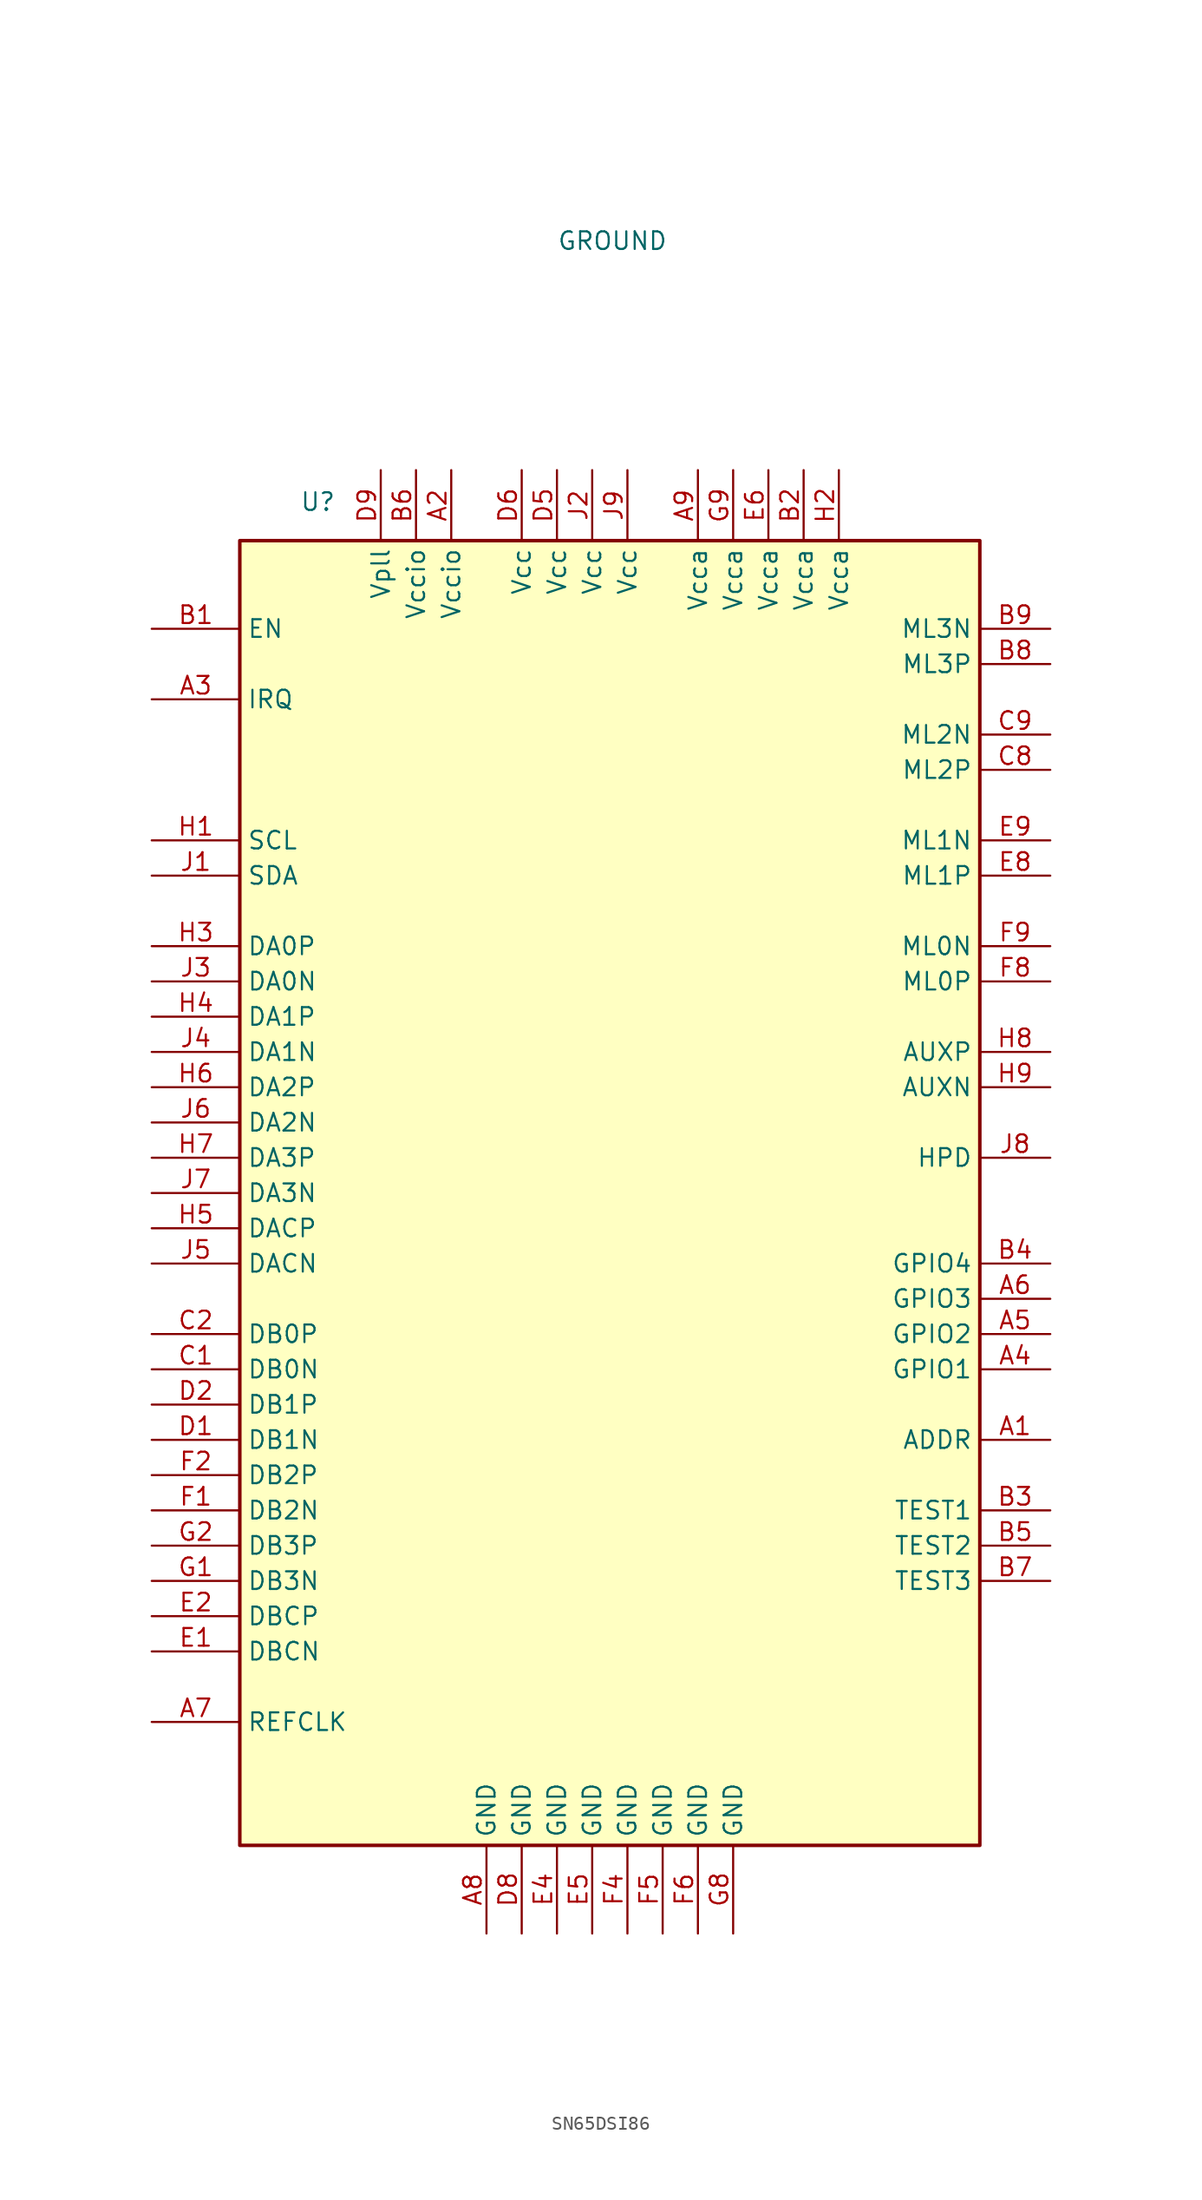
<source format=kicad_sym>
(kicad_symbol_lib
  (version 20231120)
  (generator "kicad_symbol_editor")
  (generator_version "8.0")
  (symbol "SN65DSI86"
    (property "Reference" "U"
      (at -22.352 49.784 0)
      (effects (font (size 1.27 1.27)) (justify left)))
    (property "Value" "GROUND"
      (at -3.81 68.58 0)
      (effects (font (size 1.27 1.27)) (justify left)))
    (property "Sim.Library" ""
      (at 0 0 0)
      (effects (font (size 1.27 1.27))))
    (symbol "SN65DSI86_0_1"
      (rectangle (start -26.67 46.99) (end 26.67 -46.99) (stroke (width 0.254) (type default)) (fill (type background))))
    (symbol "SN65DSI86_1_1"
      (pin input line (at 31.75 -17.78 180) (length 5.08) (name "ADDR" (effects (font (size 1.27 1.27)))) (number "A1" (effects (font (size 1.27 1.27)))) (alternate "ADC4_IN9" bidirectional line) (alternate "LPTIM1_IN1" bidirectional line) (alternate "LPUART1_CTS" bidirectional line) (alternate "PWR_WKUP1" bidirectional line) (alternate "SPI3_SCK" bidirectional line) (alternate "TIM1_CH2N" bidirectional line) (alternate "TIM3_CH3" bidirectional line) (alternate "TIM3_ETR" bidirectional line) (alternate "TSC_G2_IO2" bidirectional line))
      (pin input line (at -11.43 52.07 270) (length 5.08) (name "Vccio" (effects (font (size 1.27 1.27)))) (number "A2" (effects (font (size 1.27 1.27)))) (alternate "ADC4_IN9" bidirectional line) (alternate "LPTIM1_IN1" bidirectional line) (alternate "LPUART1_CTS" bidirectional line) (alternate "PWR_WKUP1" bidirectional line) (alternate "SPI3_SCK" bidirectional line) (alternate "TIM1_CH2N" bidirectional line) (alternate "TIM3_CH3" bidirectional line) (alternate "TIM3_ETR" bidirectional line) (alternate "TSC_G2_IO2" bidirectional line))
      (pin passive line (at -33.02 35.56 0) (length 6.35) (name "IRQ" (effects (font (size 1.27 1.27)))) (number "A3" (effects (font (size 1.27 1.27)))))
      (pin free line (at 31.75 -12.7 180) (length 5.08) (name "GPIO1" (effects (font (size 1.27 1.27)))) (number "A4" (effects (font (size 1.27 1.27)))) (alternate "ADC4_IN9" bidirectional line) (alternate "LPTIM1_IN1" bidirectional line) (alternate "LPUART1_CTS" bidirectional line) (alternate "PWR_WKUP1" bidirectional line) (alternate "SPI3_SCK" bidirectional line) (alternate "TIM1_CH2N" bidirectional line) (alternate "TIM3_CH3" bidirectional line) (alternate "TIM3_ETR" bidirectional line) (alternate "TSC_G2_IO2" bidirectional line))
      (pin free line (at 31.75 -10.16 180) (length 5.08) (name "GPIO2" (effects (font (size 1.27 1.27)))) (number "A5" (effects (font (size 1.27 1.27)))) (alternate "ADC4_IN9" bidirectional line) (alternate "LPTIM1_IN1" bidirectional line) (alternate "LPUART1_CTS" bidirectional line) (alternate "PWR_WKUP1" bidirectional line) (alternate "SPI3_SCK" bidirectional line) (alternate "TIM1_CH2N" bidirectional line) (alternate "TIM3_CH3" bidirectional line) (alternate "TIM3_ETR" bidirectional line) (alternate "TSC_G2_IO2" bidirectional line))
      (pin free line (at 31.75 -7.62 180) (length 5.08) (name "GPIO3" (effects (font (size 1.27 1.27)))) (number "A6" (effects (font (size 1.27 1.27)))) (alternate "ADC4_IN9" bidirectional line) (alternate "LPTIM1_IN1" bidirectional line) (alternate "LPUART1_CTS" bidirectional line) (alternate "PWR_WKUP1" bidirectional line) (alternate "SPI3_SCK" bidirectional line) (alternate "TIM1_CH2N" bidirectional line) (alternate "TIM3_CH3" bidirectional line) (alternate "TIM3_ETR" bidirectional line) (alternate "TSC_G2_IO2" bidirectional line))
      (pin input line (at -33.02 -38.1 0) (length 6.35) (name "REFCLK" (effects (font (size 1.27 1.27)))) (number "A7" (effects (font (size 1.27 1.27)))))
      (pin passive line (at -8.89 -53.34 90) (length 6.35) (name "GND" (effects (font (size 1.27 1.27)))) (number "A8" (effects (font (size 1.27 1.27)))))
      (pin input line (at 6.35 52.07 270) (length 5.08) (name "Vcca" (effects (font (size 1.27 1.27)))) (number "A9" (effects (font (size 1.27 1.27)))) (alternate "ADC4_IN9" bidirectional line) (alternate "LPTIM1_IN1" bidirectional line) (alternate "LPUART1_CTS" bidirectional line) (alternate "PWR_WKUP1" bidirectional line) (alternate "SPI3_SCK" bidirectional line) (alternate "TIM1_CH2N" bidirectional line) (alternate "TIM3_CH3" bidirectional line) (alternate "TIM3_ETR" bidirectional line) (alternate "TSC_G2_IO2" bidirectional line))
      (pin input line (at -33.02 40.64 0) (length 6.35) (name "EN" (effects (font (size 1.27 1.27)))) (number "B1" (effects (font (size 1.27 1.27)))))
      (pin input line (at 13.97 52.07 270) (length 5.08) (name "Vcca" (effects (font (size 1.27 1.27)))) (number "B2" (effects (font (size 1.27 1.27)))) (alternate "ADC4_IN9" bidirectional line) (alternate "LPTIM1_IN1" bidirectional line) (alternate "LPUART1_CTS" bidirectional line) (alternate "PWR_WKUP1" bidirectional line) (alternate "SPI3_SCK" bidirectional line) (alternate "TIM1_CH2N" bidirectional line) (alternate "TIM3_CH3" bidirectional line) (alternate "TIM3_ETR" bidirectional line) (alternate "TSC_G2_IO2" bidirectional line))
      (pin free line (at 31.75 -22.86 180) (length 5.08) (name "TEST1" (effects (font (size 1.27 1.27)))) (number "B3" (effects (font (size 1.27 1.27)))) (alternate "ADC4_IN9" bidirectional line) (alternate "LPTIM1_IN1" bidirectional line) (alternate "LPUART1_CTS" bidirectional line) (alternate "PWR_WKUP1" bidirectional line) (alternate "SPI3_SCK" bidirectional line) (alternate "TIM1_CH2N" bidirectional line) (alternate "TIM3_CH3" bidirectional line) (alternate "TIM3_ETR" bidirectional line) (alternate "TSC_G2_IO2" bidirectional line))
      (pin free line (at 31.75 -5.08 180) (length 5.08) (name "GPIO4" (effects (font (size 1.27 1.27)))) (number "B4" (effects (font (size 1.27 1.27)))) (alternate "ADC4_IN9" bidirectional line) (alternate "LPTIM1_IN1" bidirectional line) (alternate "LPUART1_CTS" bidirectional line) (alternate "PWR_WKUP1" bidirectional line) (alternate "SPI3_SCK" bidirectional line) (alternate "TIM1_CH2N" bidirectional line) (alternate "TIM3_CH3" bidirectional line) (alternate "TIM3_ETR" bidirectional line) (alternate "TSC_G2_IO2" bidirectional line))
      (pin free line (at 31.75 -25.4 180) (length 5.08) (name "TEST2" (effects (font (size 1.27 1.27)))) (number "B5" (effects (font (size 1.27 1.27)))) (alternate "ADC4_IN9" bidirectional line) (alternate "LPTIM1_IN1" bidirectional line) (alternate "LPUART1_CTS" bidirectional line) (alternate "PWR_WKUP1" bidirectional line) (alternate "SPI3_SCK" bidirectional line) (alternate "TIM1_CH2N" bidirectional line) (alternate "TIM3_CH3" bidirectional line) (alternate "TIM3_ETR" bidirectional line) (alternate "TSC_G2_IO2" bidirectional line))
      (pin input line (at -13.97 52.07 270) (length 5.08) (name "Vccio" (effects (font (size 1.27 1.27)))) (number "B6" (effects (font (size 1.27 1.27)))) (alternate "ADC4_IN9" bidirectional line) (alternate "LPTIM1_IN1" bidirectional line) (alternate "LPUART1_CTS" bidirectional line) (alternate "PWR_WKUP1" bidirectional line) (alternate "SPI3_SCK" bidirectional line) (alternate "TIM1_CH2N" bidirectional line) (alternate "TIM3_CH3" bidirectional line) (alternate "TIM3_ETR" bidirectional line) (alternate "TSC_G2_IO2" bidirectional line))
      (pin free line (at 31.75 -27.94 180) (length 5.08) (name "TEST3" (effects (font (size 1.27 1.27)))) (number "B7" (effects (font (size 1.27 1.27)))) (alternate "ADC4_IN9" bidirectional line) (alternate "LPTIM1_IN1" bidirectional line) (alternate "LPUART1_CTS" bidirectional line) (alternate "PWR_WKUP1" bidirectional line) (alternate "SPI3_SCK" bidirectional line) (alternate "TIM1_CH2N" bidirectional line) (alternate "TIM3_CH3" bidirectional line) (alternate "TIM3_ETR" bidirectional line) (alternate "TSC_G2_IO2" bidirectional line))
      (pin output line (at 31.75 38.1 180) (length 5.08) (name "ML3P" (effects (font (size 1.27 1.27)))) (number "B8" (effects (font (size 1.27 1.27)))) (alternate "ADC4_IN9" bidirectional line) (alternate "LPTIM1_IN1" bidirectional line) (alternate "LPUART1_CTS" bidirectional line) (alternate "PWR_WKUP1" bidirectional line) (alternate "SPI3_SCK" bidirectional line) (alternate "TIM1_CH2N" bidirectional line) (alternate "TIM3_CH3" bidirectional line) (alternate "TIM3_ETR" bidirectional line) (alternate "TSC_G2_IO2" bidirectional line))
      (pin output line (at 31.75 40.64 180) (length 5.08) (name "ML3N" (effects (font (size 1.27 1.27)))) (number "B9" (effects (font (size 1.27 1.27)))) (alternate "ADC4_IN9" bidirectional line) (alternate "LPTIM1_IN1" bidirectional line) (alternate "LPUART1_CTS" bidirectional line) (alternate "PWR_WKUP1" bidirectional line) (alternate "SPI3_SCK" bidirectional line) (alternate "TIM1_CH2N" bidirectional line) (alternate "TIM3_CH3" bidirectional line) (alternate "TIM3_ETR" bidirectional line) (alternate "TSC_G2_IO2" bidirectional line))
      (pin input line (at -33.02 -12.7 0) (length 6.35) (name "DB0N" (effects (font (size 1.27 1.27)))) (number "C1" (effects (font (size 1.27 1.27)))))
      (pin input line (at -33.02 -10.16 0) (length 6.35) (name "DB0P" (effects (font (size 1.27 1.27)))) (number "C2" (effects (font (size 1.27 1.27)))))
      (pin output line (at 31.75 30.48 180) (length 5.08) (name "ML2P" (effects (font (size 1.27 1.27)))) (number "C8" (effects (font (size 1.27 1.27)))) (alternate "ADC4_IN9" bidirectional line) (alternate "LPTIM1_IN1" bidirectional line) (alternate "LPUART1_CTS" bidirectional line) (alternate "PWR_WKUP1" bidirectional line) (alternate "SPI3_SCK" bidirectional line) (alternate "TIM1_CH2N" bidirectional line) (alternate "TIM3_CH3" bidirectional line) (alternate "TIM3_ETR" bidirectional line) (alternate "TSC_G2_IO2" bidirectional line))
      (pin output line (at 31.75 33.02 180) (length 5.08) (name "ML2N" (effects (font (size 1.27 1.27)))) (number "C9" (effects (font (size 1.27 1.27)))) (alternate "ADC4_IN9" bidirectional line) (alternate "LPTIM1_IN1" bidirectional line) (alternate "LPUART1_CTS" bidirectional line) (alternate "PWR_WKUP1" bidirectional line) (alternate "SPI3_SCK" bidirectional line) (alternate "TIM1_CH2N" bidirectional line) (alternate "TIM3_CH3" bidirectional line) (alternate "TIM3_ETR" bidirectional line) (alternate "TSC_G2_IO2" bidirectional line))
      (pin input line (at -33.02 -17.78 0) (length 6.35) (name "DB1N" (effects (font (size 1.27 1.27)))) (number "D1" (effects (font (size 1.27 1.27)))))
      (pin input line (at -33.02 -15.24 0) (length 6.35) (name "DB1P" (effects (font (size 1.27 1.27)))) (number "D2" (effects (font (size 1.27 1.27)))))
      (pin input line (at -3.81 52.07 270) (length 5.08) (name "Vcc" (effects (font (size 1.27 1.27)))) (number "D5" (effects (font (size 1.27 1.27)))) (alternate "ADC4_IN9" bidirectional line) (alternate "LPTIM1_IN1" bidirectional line) (alternate "LPUART1_CTS" bidirectional line) (alternate "PWR_WKUP1" bidirectional line) (alternate "SPI3_SCK" bidirectional line) (alternate "TIM1_CH2N" bidirectional line) (alternate "TIM3_CH3" bidirectional line) (alternate "TIM3_ETR" bidirectional line) (alternate "TSC_G2_IO2" bidirectional line))
      (pin input line (at -6.35 52.07 270) (length 5.08) (name "Vcc" (effects (font (size 1.27 1.27)))) (number "D6" (effects (font (size 1.27 1.27)))) (alternate "ADC4_IN9" bidirectional line) (alternate "LPTIM1_IN1" bidirectional line) (alternate "LPUART1_CTS" bidirectional line) (alternate "PWR_WKUP1" bidirectional line) (alternate "SPI3_SCK" bidirectional line) (alternate "TIM1_CH2N" bidirectional line) (alternate "TIM3_CH3" bidirectional line) (alternate "TIM3_ETR" bidirectional line) (alternate "TSC_G2_IO2" bidirectional line))
      (pin passive line (at -6.35 -53.34 90) (length 6.35) (name "GND" (effects (font (size 1.27 1.27)))) (number "D8" (effects (font (size 1.27 1.27)))))
      (pin input line (at -16.51 52.07 270) (length 5.08) (name "Vpll" (effects (font (size 1.27 1.27)))) (number "D9" (effects (font (size 1.27 1.27)))) (alternate "ADC4_IN9" bidirectional line) (alternate "LPTIM1_IN1" bidirectional line) (alternate "LPUART1_CTS" bidirectional line) (alternate "PWR_WKUP1" bidirectional line) (alternate "SPI3_SCK" bidirectional line) (alternate "TIM1_CH2N" bidirectional line) (alternate "TIM3_CH3" bidirectional line) (alternate "TIM3_ETR" bidirectional line) (alternate "TSC_G2_IO2" bidirectional line))
      (pin input line (at -33.02 -33.02 0) (length 6.35) (name "DBCN" (effects (font (size 1.27 1.27)))) (number "E1" (effects (font (size 1.27 1.27)))))
      (pin input line (at -33.02 -30.48 0) (length 6.35) (name "DBCP" (effects (font (size 1.27 1.27)))) (number "E2" (effects (font (size 1.27 1.27)))))
      (pin passive line (at -3.81 -53.34 90) (length 6.35) (name "GND" (effects (font (size 1.27 1.27)))) (number "E4" (effects (font (size 1.27 1.27)))))
      (pin passive line (at -1.27 -53.34 90) (length 6.35) (name "GND" (effects (font (size 1.27 1.27)))) (number "E5" (effects (font (size 1.27 1.27)))))
      (pin input line (at 11.43 52.07 270) (length 5.08) (name "Vcca" (effects (font (size 1.27 1.27)))) (number "E6" (effects (font (size 1.27 1.27)))) (alternate "ADC4_IN9" bidirectional line) (alternate "LPTIM1_IN1" bidirectional line) (alternate "LPUART1_CTS" bidirectional line) (alternate "PWR_WKUP1" bidirectional line) (alternate "SPI3_SCK" bidirectional line) (alternate "TIM1_CH2N" bidirectional line) (alternate "TIM3_CH3" bidirectional line) (alternate "TIM3_ETR" bidirectional line) (alternate "TSC_G2_IO2" bidirectional line))
      (pin output line (at 31.75 22.86 180) (length 5.08) (name "ML1P" (effects (font (size 1.27 1.27)))) (number "E8" (effects (font (size 1.27 1.27)))) (alternate "ADC4_IN9" bidirectional line) (alternate "LPTIM1_IN1" bidirectional line) (alternate "LPUART1_CTS" bidirectional line) (alternate "PWR_WKUP1" bidirectional line) (alternate "SPI3_SCK" bidirectional line) (alternate "TIM1_CH2N" bidirectional line) (alternate "TIM3_CH3" bidirectional line) (alternate "TIM3_ETR" bidirectional line) (alternate "TSC_G2_IO2" bidirectional line))
      (pin output line (at 31.75 25.4 180) (length 5.08) (name "ML1N" (effects (font (size 1.27 1.27)))) (number "E9" (effects (font (size 1.27 1.27)))) (alternate "ADC4_IN9" bidirectional line) (alternate "LPTIM1_IN1" bidirectional line) (alternate "LPUART1_CTS" bidirectional line) (alternate "PWR_WKUP1" bidirectional line) (alternate "SPI3_SCK" bidirectional line) (alternate "TIM1_CH2N" bidirectional line) (alternate "TIM3_CH3" bidirectional line) (alternate "TIM3_ETR" bidirectional line) (alternate "TSC_G2_IO2" bidirectional line))
      (pin input line (at -33.02 -22.86 0) (length 6.35) (name "DB2N" (effects (font (size 1.27 1.27)))) (number "F1" (effects (font (size 1.27 1.27)))))
      (pin input line (at -33.02 -20.32 0) (length 6.35) (name "DB2P" (effects (font (size 1.27 1.27)))) (number "F2" (effects (font (size 1.27 1.27)))))
      (pin passive line (at 1.27 -53.34 90) (length 6.35) (name "GND" (effects (font (size 1.27 1.27)))) (number "F4" (effects (font (size 1.27 1.27)))))
      (pin passive line (at 3.81 -53.34 90) (length 6.35) (name "GND" (effects (font (size 1.27 1.27)))) (number "F5" (effects (font (size 1.27 1.27)))))
      (pin passive line (at 6.35 -53.34 90) (length 6.35) (name "GND" (effects (font (size 1.27 1.27)))) (number "F6" (effects (font (size 1.27 1.27)))))
      (pin output line (at 31.75 15.24 180) (length 5.08) (name "ML0P" (effects (font (size 1.27 1.27)))) (number "F8" (effects (font (size 1.27 1.27)))) (alternate "ADC4_IN9" bidirectional line) (alternate "LPTIM1_IN1" bidirectional line) (alternate "LPUART1_CTS" bidirectional line) (alternate "PWR_WKUP1" bidirectional line) (alternate "SPI3_SCK" bidirectional line) (alternate "TIM1_CH2N" bidirectional line) (alternate "TIM3_CH3" bidirectional line) (alternate "TIM3_ETR" bidirectional line) (alternate "TSC_G2_IO2" bidirectional line))
      (pin output line (at 31.75 17.78 180) (length 5.08) (name "ML0N" (effects (font (size 1.27 1.27)))) (number "F9" (effects (font (size 1.27 1.27)))) (alternate "ADC4_IN9" bidirectional line) (alternate "LPTIM1_IN1" bidirectional line) (alternate "LPUART1_CTS" bidirectional line) (alternate "PWR_WKUP1" bidirectional line) (alternate "SPI3_SCK" bidirectional line) (alternate "TIM1_CH2N" bidirectional line) (alternate "TIM3_CH3" bidirectional line) (alternate "TIM3_ETR" bidirectional line) (alternate "TSC_G2_IO2" bidirectional line))
      (pin input line (at -33.02 -27.94 0) (length 6.35) (name "DB3N" (effects (font (size 1.27 1.27)))) (number "G1" (effects (font (size 1.27 1.27)))))
      (pin input line (at -33.02 -25.4 0) (length 6.35) (name "DB3P" (effects (font (size 1.27 1.27)))) (number "G2" (effects (font (size 1.27 1.27)))))
      (pin passive line (at 8.89 -53.34 90) (length 6.35) (name "GND" (effects (font (size 1.27 1.27)))) (number "G8" (effects (font (size 1.27 1.27)))))
      (pin input line (at 8.89 52.07 270) (length 5.08) (name "Vcca" (effects (font (size 1.27 1.27)))) (number "G9" (effects (font (size 1.27 1.27)))) (alternate "ADC4_IN9" bidirectional line) (alternate "LPTIM1_IN1" bidirectional line) (alternate "LPUART1_CTS" bidirectional line) (alternate "PWR_WKUP1" bidirectional line) (alternate "SPI3_SCK" bidirectional line) (alternate "TIM1_CH2N" bidirectional line) (alternate "TIM3_CH3" bidirectional line) (alternate "TIM3_ETR" bidirectional line) (alternate "TSC_G2_IO2" bidirectional line))
      (pin passive line (at -33.02 25.4 0) (length 6.35) (name "SCL" (effects (font (size 1.27 1.27)))) (number "H1" (effects (font (size 1.27 1.27)))))
      (pin input line (at 16.51 52.07 270) (length 5.08) (name "Vcca" (effects (font (size 1.27 1.27)))) (number "H2" (effects (font (size 1.27 1.27)))) (alternate "ADC4_IN9" bidirectional line) (alternate "LPTIM1_IN1" bidirectional line) (alternate "LPUART1_CTS" bidirectional line) (alternate "PWR_WKUP1" bidirectional line) (alternate "SPI3_SCK" bidirectional line) (alternate "TIM1_CH2N" bidirectional line) (alternate "TIM3_CH3" bidirectional line) (alternate "TIM3_ETR" bidirectional line) (alternate "TSC_G2_IO2" bidirectional line))
      (pin input line (at -33.02 17.78 0) (length 6.35) (name "DA0P" (effects (font (size 1.27 1.27)))) (number "H3" (effects (font (size 1.27 1.27)))))
      (pin input line (at -33.02 12.7 0) (length 6.35) (name "DA1P" (effects (font (size 1.27 1.27)))) (number "H4" (effects (font (size 1.27 1.27)))))
      (pin input line (at -33.02 -2.54 0) (length 6.35) (name "DACP" (effects (font (size 1.27 1.27)))) (number "H5" (effects (font (size 1.27 1.27)))))
      (pin input line (at -33.02 7.62 0) (length 6.35) (name "DA2P" (effects (font (size 1.27 1.27)))) (number "H6" (effects (font (size 1.27 1.27)))))
      (pin input line (at -33.02 2.54 0) (length 6.35) (name "DA3P" (effects (font (size 1.27 1.27)))) (number "H7" (effects (font (size 1.27 1.27)))))
      (pin output line (at 31.75 10.16 180) (length 5.08) (name "AUXP" (effects (font (size 1.27 1.27)))) (number "H8" (effects (font (size 1.27 1.27)))) (alternate "ADC4_IN9" bidirectional line) (alternate "LPTIM1_IN1" bidirectional line) (alternate "LPUART1_CTS" bidirectional line) (alternate "PWR_WKUP1" bidirectional line) (alternate "SPI3_SCK" bidirectional line) (alternate "TIM1_CH2N" bidirectional line) (alternate "TIM3_CH3" bidirectional line) (alternate "TIM3_ETR" bidirectional line) (alternate "TSC_G2_IO2" bidirectional line))
      (pin output line (at 31.75 7.62 180) (length 5.08) (name "AUXN" (effects (font (size 1.27 1.27)))) (number "H9" (effects (font (size 1.27 1.27)))) (alternate "ADC4_IN9" bidirectional line) (alternate "LPTIM1_IN1" bidirectional line) (alternate "LPUART1_CTS" bidirectional line) (alternate "PWR_WKUP1" bidirectional line) (alternate "SPI3_SCK" bidirectional line) (alternate "TIM1_CH2N" bidirectional line) (alternate "TIM3_CH3" bidirectional line) (alternate "TIM3_ETR" bidirectional line) (alternate "TSC_G2_IO2" bidirectional line))
      (pin passive line (at -33.02 22.86 0) (length 6.35) (name "SDA" (effects (font (size 1.27 1.27)))) (number "J1" (effects (font (size 1.27 1.27)))))
      (pin input line (at -1.27 52.07 270) (length 5.08) (name "Vcc" (effects (font (size 1.27 1.27)))) (number "J2" (effects (font (size 1.27 1.27)))) (alternate "ADC4_IN9" bidirectional line) (alternate "LPTIM1_IN1" bidirectional line) (alternate "LPUART1_CTS" bidirectional line) (alternate "PWR_WKUP1" bidirectional line) (alternate "SPI3_SCK" bidirectional line) (alternate "TIM1_CH2N" bidirectional line) (alternate "TIM3_CH3" bidirectional line) (alternate "TIM3_ETR" bidirectional line) (alternate "TSC_G2_IO2" bidirectional line))
      (pin input line (at -33.02 15.24 0) (length 6.35) (name "DA0N" (effects (font (size 1.27 1.27)))) (number "J3" (effects (font (size 1.27 1.27)))))
      (pin input line (at -33.02 10.16 0) (length 6.35) (name "DA1N" (effects (font (size 1.27 1.27)))) (number "J4" (effects (font (size 1.27 1.27)))))
      (pin input line (at -33.02 -5.08 0) (length 6.35) (name "DACN" (effects (font (size 1.27 1.27)))) (number "J5" (effects (font (size 1.27 1.27)))))
      (pin input line (at -33.02 5.08 0) (length 6.35) (name "DA2N" (effects (font (size 1.27 1.27)))) (number "J6" (effects (font (size 1.27 1.27)))))
      (pin input line (at -33.02 0 0) (length 6.35) (name "DA3N" (effects (font (size 1.27 1.27)))) (number "J7" (effects (font (size 1.27 1.27)))))
      (pin input line (at 31.75 2.54 180) (length 5.08) (name "HPD" (effects (font (size 1.27 1.27)))) (number "J8" (effects (font (size 1.27 1.27)))) (alternate "ADC4_IN9" bidirectional line) (alternate "LPTIM1_IN1" bidirectional line) (alternate "LPUART1_CTS" bidirectional line) (alternate "PWR_WKUP1" bidirectional line) (alternate "SPI3_SCK" bidirectional line) (alternate "TIM1_CH2N" bidirectional line) (alternate "TIM3_CH3" bidirectional line) (alternate "TIM3_ETR" bidirectional line) (alternate "TSC_G2_IO2" bidirectional line))
      (pin input line (at 1.27 52.07 270) (length 5.08) (name "Vcc" (effects (font (size 1.27 1.27)))) (number "J9" (effects (font (size 1.27 1.27)))) (alternate "ADC4_IN9" bidirectional line) (alternate "LPTIM1_IN1" bidirectional line) (alternate "LPUART1_CTS" bidirectional line) (alternate "PWR_WKUP1" bidirectional line) (alternate "SPI3_SCK" bidirectional line) (alternate "TIM1_CH2N" bidirectional line) (alternate "TIM3_CH3" bidirectional line) (alternate "TIM3_ETR" bidirectional line) (alternate "TSC_G2_IO2" bidirectional line)))))
</source>
